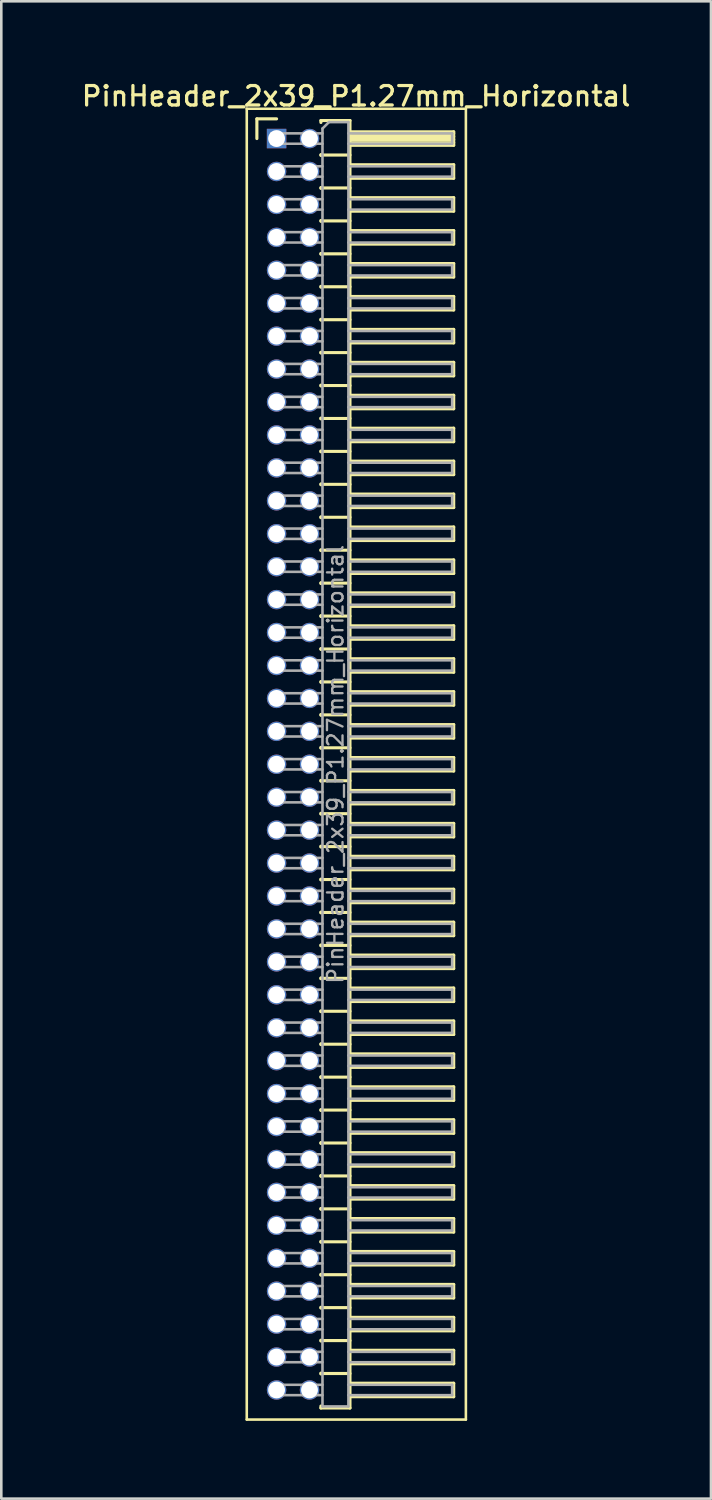
<source format=kicad_pcb>
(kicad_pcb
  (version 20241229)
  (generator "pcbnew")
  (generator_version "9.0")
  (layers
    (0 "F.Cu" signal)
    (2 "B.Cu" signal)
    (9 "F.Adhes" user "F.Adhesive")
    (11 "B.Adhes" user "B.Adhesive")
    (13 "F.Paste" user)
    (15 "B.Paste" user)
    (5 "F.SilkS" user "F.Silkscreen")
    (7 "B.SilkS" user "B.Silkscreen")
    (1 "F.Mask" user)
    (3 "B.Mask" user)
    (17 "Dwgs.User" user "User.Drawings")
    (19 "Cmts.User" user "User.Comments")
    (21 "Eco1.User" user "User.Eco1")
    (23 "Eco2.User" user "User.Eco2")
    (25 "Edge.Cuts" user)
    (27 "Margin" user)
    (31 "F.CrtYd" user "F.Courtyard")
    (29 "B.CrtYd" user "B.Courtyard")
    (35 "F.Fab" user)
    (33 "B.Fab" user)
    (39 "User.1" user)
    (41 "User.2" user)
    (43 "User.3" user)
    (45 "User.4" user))
  (footprint "PinHeader_2x39_P1.27mm_Horizontal"
    (layer "F.Cu")
    (at 7.616 2.293)
    (property "Reference" "PinHeader_2x39_P1.27mm_Horizontal" (at 3.067 -1.635 0) (layer "F.SilkS") (effects (font (size 0.75 0.75) (thickness 0.125))))
    (attr through_hole)
    (fp_line (start -1.15 -1.15) (end -1.15 49.4) (stroke (width 0.1) (type solid)) (layer "F.SilkS"))
    (fp_line (start -1.15 49.4) (end 7.3 49.4) (stroke (width 0.1) (type solid)) (layer "F.SilkS"))
    (fp_line (start -0.76 -0.76) (end 0 -0.76) (stroke (width 0.12) (type solid)) (layer "F.SilkS"))
    (fp_line (start -0.76 0) (end -0.76 -0.76) (stroke (width 0.12) (type solid)) (layer "F.SilkS"))
    (fp_line (start 1.71 -0.695) (end 2.83 -0.695) (stroke (width 0.12) (type solid)) (layer "F.SilkS"))
    (fp_line (start 1.71 -0.62) (end 1.71 -0.695) (stroke (width 0.12) (type solid)) (layer "F.SilkS"))
    (fp_line (start 1.71 0.62) (end 1.71 0.65) (stroke (width 0.12) (type solid)) (layer "F.SilkS"))
    (fp_line (start 1.71 0.635) (end 2.83 0.635) (stroke (width 0.12) (type solid)) (layer "F.SilkS"))
    (fp_line (start 1.71 1.89) (end 1.71 1.92) (stroke (width 0.12) (type solid)) (layer "F.SilkS"))
    (fp_line (start 1.71 1.905) (end 2.83 1.905) (stroke (width 0.12) (type solid)) (layer "F.SilkS"))
    (fp_line (start 1.71 3.16) (end 1.71 3.19) (stroke (width 0.12) (type solid)) (layer "F.SilkS"))
    (fp_line (start 1.71 3.175) (end 2.83 3.175) (stroke (width 0.12) (type solid)) (layer "F.SilkS"))
    (fp_line (start 1.71 4.43) (end 1.71 4.46) (stroke (width 0.12) (type solid)) (layer "F.SilkS"))
    (fp_line (start 1.71 4.445) (end 2.83 4.445) (stroke (width 0.12) (type solid)) (layer "F.SilkS"))
    (fp_line (start 1.71 5.7) (end 1.71 5.73) (stroke (width 0.12) (type solid)) (layer "F.SilkS"))
    (fp_line (start 1.71 5.715) (end 2.83 5.715) (stroke (width 0.12) (type solid)) (layer "F.SilkS"))
    (fp_line (start 1.71 6.97) (end 1.71 7) (stroke (width 0.12) (type solid)) (layer "F.SilkS"))
    (fp_line (start 1.71 6.985) (end 2.83 6.985) (stroke (width 0.12) (type solid)) (layer "F.SilkS"))
    (fp_line (start 1.71 8.24) (end 1.71 8.27) (stroke (width 0.12) (type solid)) (layer "F.SilkS"))
    (fp_line (start 1.71 8.255) (end 2.83 8.255) (stroke (width 0.12) (type solid)) (layer "F.SilkS"))
    (fp_line (start 1.71 9.51) (end 1.71 9.54) (stroke (width 0.12) (type solid)) (layer "F.SilkS"))
    (fp_line (start 1.71 9.525) (end 2.83 9.525) (stroke (width 0.12) (type solid)) (layer "F.SilkS"))
    (fp_line (start 1.71 10.78) (end 1.71 10.81) (stroke (width 0.12) (type solid)) (layer "F.SilkS"))
    (fp_line (start 1.71 10.795) (end 2.83 10.795) (stroke (width 0.12) (type solid)) (layer "F.SilkS"))
    (fp_line (start 1.71 12.05) (end 1.71 12.08) (stroke (width 0.12) (type solid)) (layer "F.SilkS"))
    (fp_line (start 1.71 12.065) (end 2.83 12.065) (stroke (width 0.12) (type solid)) (layer "F.SilkS"))
    (fp_line (start 1.71 13.32) (end 1.71 13.35) (stroke (width 0.12) (type solid)) (layer "F.SilkS"))
    (fp_line (start 1.71 13.335) (end 2.83 13.335) (stroke (width 0.12) (type solid)) (layer "F.SilkS"))
    (fp_line (start 1.71 14.59) (end 1.71 14.62) (stroke (width 0.12) (type solid)) (layer "F.SilkS"))
    (fp_line (start 1.71 14.605) (end 2.83 14.605) (stroke (width 0.12) (type solid)) (layer "F.SilkS"))
    (fp_line (start 1.71 15.86) (end 1.71 15.89) (stroke (width 0.12) (type solid)) (layer "F.SilkS"))
    (fp_line (start 1.71 15.875) (end 2.83 15.875) (stroke (width 0.12) (type solid)) (layer "F.SilkS"))
    (fp_line (start 1.71 17.13) (end 1.71 17.16) (stroke (width 0.12) (type solid)) (layer "F.SilkS"))
    (fp_line (start 1.71 17.145) (end 2.83 17.145) (stroke (width 0.12) (type solid)) (layer "F.SilkS"))
    (fp_line (start 1.71 18.4) (end 1.71 18.43) (stroke (width 0.12) (type solid)) (layer "F.SilkS"))
    (fp_line (start 1.71 18.415) (end 2.83 18.415) (stroke (width 0.12) (type solid)) (layer "F.SilkS"))
    (fp_line (start 1.71 19.67) (end 1.71 19.7) (stroke (width 0.12) (type solid)) (layer "F.SilkS"))
    (fp_line (start 1.71 19.685) (end 2.83 19.685) (stroke (width 0.12) (type solid)) (layer "F.SilkS"))
    (fp_line (start 1.71 20.94) (end 1.71 20.97) (stroke (width 0.12) (type solid)) (layer "F.SilkS"))
    (fp_line (start 1.71 20.955) (end 2.83 20.955) (stroke (width 0.12) (type solid)) (layer "F.SilkS"))
    (fp_line (start 1.71 22.21) (end 1.71 22.24) (stroke (width 0.12) (type solid)) (layer "F.SilkS"))
    (fp_line (start 1.71 22.225) (end 2.83 22.225) (stroke (width 0.12) (type solid)) (layer "F.SilkS"))
    (fp_line (start 1.71 23.48) (end 1.71 23.51) (stroke (width 0.12) (type solid)) (layer "F.SilkS"))
    (fp_line (start 1.71 23.495) (end 2.83 23.495) (stroke (width 0.12) (type solid)) (layer "F.SilkS"))
    (fp_line (start 1.71 24.75) (end 1.71 24.78) (stroke (width 0.12) (type solid)) (layer "F.SilkS"))
    (fp_line (start 1.71 24.765) (end 2.83 24.765) (stroke (width 0.12) (type solid)) (layer "F.SilkS"))
    (fp_line (start 1.71 26.02) (end 1.71 26.05) (stroke (width 0.12) (type solid)) (layer "F.SilkS"))
    (fp_line (start 1.71 26.035) (end 2.83 26.035) (stroke (width 0.12) (type solid)) (layer "F.SilkS"))
    (fp_line (start 1.71 27.29) (end 1.71 27.32) (stroke (width 0.12) (type solid)) (layer "F.SilkS"))
    (fp_line (start 1.71 27.305) (end 2.83 27.305) (stroke (width 0.12) (type solid)) (layer "F.SilkS"))
    (fp_line (start 1.71 28.56) (end 1.71 28.59) (stroke (width 0.12) (type solid)) (layer "F.SilkS"))
    (fp_line (start 1.71 28.575) (end 2.83 28.575) (stroke (width 0.12) (type solid)) (layer "F.SilkS"))
    (fp_line (start 1.71 29.83) (end 1.71 29.86) (stroke (width 0.12) (type solid)) (layer "F.SilkS"))
    (fp_line (start 1.71 29.845) (end 2.83 29.845) (stroke (width 0.12) (type solid)) (layer "F.SilkS"))
    (fp_line (start 1.71 31.1) (end 1.71 31.13) (stroke (width 0.12) (type solid)) (layer "F.SilkS"))
    (fp_line (start 1.71 31.115) (end 2.83 31.115) (stroke (width 0.12) (type solid)) (layer "F.SilkS"))
    (fp_line (start 1.71 32.37) (end 1.71 32.4) (stroke (width 0.12) (type solid)) (layer "F.SilkS"))
    (fp_line (start 1.71 32.385) (end 2.83 32.385) (stroke (width 0.12) (type solid)) (layer "F.SilkS"))
    (fp_line (start 1.71 33.64) (end 1.71 33.67) (stroke (width 0.12) (type solid)) (layer "F.SilkS"))
    (fp_line (start 1.71 33.655) (end 2.83 33.655) (stroke (width 0.12) (type solid)) (layer "F.SilkS"))
    (fp_line (start 1.71 34.91) (end 1.71 34.94) (stroke (width 0.12) (type solid)) (layer "F.SilkS"))
    (fp_line (start 1.71 34.925) (end 2.83 34.925) (stroke (width 0.12) (type solid)) (layer "F.SilkS"))
    (fp_line (start 1.71 36.18) (end 1.71 36.21) (stroke (width 0.12) (type solid)) (layer "F.SilkS"))
    (fp_line (start 1.71 36.195) (end 2.83 36.195) (stroke (width 0.12) (type solid)) (layer "F.SilkS"))
    (fp_line (start 1.71 37.45) (end 1.71 37.48) (stroke (width 0.12) (type solid)) (layer "F.SilkS"))
    (fp_line (start 1.71 37.465) (end 2.83 37.465) (stroke (width 0.12) (type solid)) (layer "F.SilkS"))
    (fp_line (start 1.71 38.72) (end 1.71 38.75) (stroke (width 0.12) (type solid)) (layer "F.SilkS"))
    (fp_line (start 1.71 38.735) (end 2.83 38.735) (stroke (width 0.12) (type solid)) (layer "F.SilkS"))
    (fp_line (start 1.71 39.99) (end 1.71 40.02) (stroke (width 0.12) (type solid)) (layer "F.SilkS"))
    (fp_line (start 1.71 40.005) (end 2.83 40.005) (stroke (width 0.12) (type solid)) (layer "F.SilkS"))
    (fp_line (start 1.71 41.26) (end 1.71 41.29) (stroke (width 0.12) (type solid)) (layer "F.SilkS"))
    (fp_line (start 1.71 41.275) (end 2.83 41.275) (stroke (width 0.12) (type solid)) (layer "F.SilkS"))
    (fp_line (start 1.71 42.53) (end 1.71 42.56) (stroke (width 0.12) (type solid)) (layer "F.SilkS"))
    (fp_line (start 1.71 42.545) (end 2.83 42.545) (stroke (width 0.12) (type solid)) (layer "F.SilkS"))
    (fp_line (start 1.71 43.8) (end 1.71 43.83) (stroke (width 0.12) (type solid)) (layer "F.SilkS"))
    (fp_line (start 1.71 43.815) (end 2.83 43.815) (stroke (width 0.12) (type solid)) (layer "F.SilkS"))
    (fp_line (start 1.71 45.07) (end 1.71 45.1) (stroke (width 0.12) (type solid)) (layer "F.SilkS"))
    (fp_line (start 1.71 45.085) (end 2.83 45.085) (stroke (width 0.12) (type solid)) (layer "F.SilkS"))
    (fp_line (start 1.71 46.34) (end 1.71 46.37) (stroke (width 0.12) (type solid)) (layer "F.SilkS"))
    (fp_line (start 1.71 46.355) (end 2.83 46.355) (stroke (width 0.12) (type solid)) (layer "F.SilkS"))
    (fp_line (start 1.71 47.61) (end 1.71 47.64) (stroke (width 0.12) (type solid)) (layer "F.SilkS"))
    (fp_line (start 1.71 47.625) (end 2.83 47.625) (stroke (width 0.12) (type solid)) (layer "F.SilkS"))
    (fp_line (start 1.71 48.955) (end 1.71 48.88) (stroke (width 0.12) (type solid)) (layer "F.SilkS"))
    (fp_line (start 2.83 -0.695) (end 2.83 48.955) (stroke (width 0.12) (type solid)) (layer "F.SilkS"))
    (fp_line (start 2.83 -0.26) (end 6.83 -0.26) (stroke (width 0.12) (type solid)) (layer "F.SilkS"))
    (fp_line (start 2.83 -0.2) (end 6.83 -0.2) (stroke (width 0.12) (type solid)) (layer "F.SilkS"))
    (fp_line (start 2.83 -0.08) (end 6.83 -0.08) (stroke (width 0.12) (type solid)) (layer "F.SilkS"))
    (fp_line (start 2.83 0.04) (end 6.83 0.04) (stroke (width 0.12) (type solid)) (layer "F.SilkS"))
    (fp_line (start 2.83 0.16) (end 6.83 0.16) (stroke (width 0.12) (type solid)) (layer "F.SilkS"))
    (fp_line (start 2.83 1.01) (end 6.83 1.01) (stroke (width 0.12) (type solid)) (layer "F.SilkS"))
    (fp_line (start 2.83 2.28) (end 6.83 2.28) (stroke (width 0.12) (type solid)) (layer "F.SilkS"))
    (fp_line (start 2.83 3.55) (end 6.83 3.55) (stroke (width 0.12) (type solid)) (layer "F.SilkS"))
    (fp_line (start 2.83 4.82) (end 6.83 4.82) (stroke (width 0.12) (type solid)) (layer "F.SilkS"))
    (fp_line (start 2.83 6.09) (end 6.83 6.09) (stroke (width 0.12) (type solid)) (layer "F.SilkS"))
    (fp_line (start 2.83 7.36) (end 6.83 7.36) (stroke (width 0.12) (type solid)) (layer "F.SilkS"))
    (fp_line (start 2.83 8.63) (end 6.83 8.63) (stroke (width 0.12) (type solid)) (layer "F.SilkS"))
    (fp_line (start 2.83 9.9) (end 6.83 9.9) (stroke (width 0.12) (type solid)) (layer "F.SilkS"))
    (fp_line (start 2.83 11.17) (end 6.83 11.17) (stroke (width 0.12) (type solid)) (layer "F.SilkS"))
    (fp_line (start 2.83 12.44) (end 6.83 12.44) (stroke (width 0.12) (type solid)) (layer "F.SilkS"))
    (fp_line (start 2.83 13.71) (end 6.83 13.71) (stroke (width 0.12) (type solid)) (layer "F.SilkS"))
    (fp_line (start 2.83 14.98) (end 6.83 14.98) (stroke (width 0.12) (type solid)) (layer "F.SilkS"))
    (fp_line (start 2.83 16.25) (end 6.83 16.25) (stroke (width 0.12) (type solid)) (layer "F.SilkS"))
    (fp_line (start 2.83 17.52) (end 6.83 17.52) (stroke (width 0.12) (type solid)) (layer "F.SilkS"))
    (fp_line (start 2.83 18.79) (end 6.83 18.79) (stroke (width 0.12) (type solid)) (layer "F.SilkS"))
    (fp_line (start 2.83 20.06) (end 6.83 20.06) (stroke (width 0.12) (type solid)) (layer "F.SilkS"))
    (fp_line (start 2.83 21.33) (end 6.83 21.33) (stroke (width 0.12) (type solid)) (layer "F.SilkS"))
    (fp_line (start 2.83 22.6) (end 6.83 22.6) (stroke (width 0.12) (type solid)) (layer "F.SilkS"))
    (fp_line (start 2.83 23.87) (end 6.83 23.87) (stroke (width 0.12) (type solid)) (layer "F.SilkS"))
    (fp_line (start 2.83 25.14) (end 6.83 25.14) (stroke (width 0.12) (type solid)) (layer "F.SilkS"))
    (fp_line (start 2.83 26.41) (end 6.83 26.41) (stroke (width 0.12) (type solid)) (layer "F.SilkS"))
    (fp_line (start 2.83 27.68) (end 6.83 27.68) (stroke (width 0.12) (type solid)) (layer "F.SilkS"))
    (fp_line (start 2.83 28.95) (end 6.83 28.95) (stroke (width 0.12) (type solid)) (layer "F.SilkS"))
    (fp_line (start 2.83 30.22) (end 6.83 30.22) (stroke (width 0.12) (type solid)) (layer "F.SilkS"))
    (fp_line (start 2.83 31.49) (end 6.83 31.49) (stroke (width 0.12) (type solid)) (layer "F.SilkS"))
    (fp_line (start 2.83 32.76) (end 6.83 32.76) (stroke (width 0.12) (type solid)) (layer "F.SilkS"))
    (fp_line (start 2.83 34.03) (end 6.83 34.03) (stroke (width 0.12) (type solid)) (layer "F.SilkS"))
    (fp_line (start 2.83 35.3) (end 6.83 35.3) (stroke (width 0.12) (type solid)) (layer "F.SilkS"))
    (fp_line (start 2.83 36.57) (end 6.83 36.57) (stroke (width 0.12) (type solid)) (layer "F.SilkS"))
    (fp_line (start 2.83 37.84) (end 6.83 37.84) (stroke (width 0.12) (type solid)) (layer "F.SilkS"))
    (fp_line (start 2.83 39.11) (end 6.83 39.11) (stroke (width 0.12) (type solid)) (layer "F.SilkS"))
    (fp_line (start 2.83 40.38) (end 6.83 40.38) (stroke (width 0.12) (type solid)) (layer "F.SilkS"))
    (fp_line (start 2.83 41.65) (end 6.83 41.65) (stroke (width 0.12) (type solid)) (layer "F.SilkS"))
    (fp_line (start 2.83 42.92) (end 6.83 42.92) (stroke (width 0.12) (type solid)) (layer "F.SilkS"))
    (fp_line (start 2.83 44.19) (end 6.83 44.19) (stroke (width 0.12) (type solid)) (layer "F.SilkS"))
    (fp_line (start 2.83 45.46) (end 6.83 45.46) (stroke (width 0.12) (type solid)) (layer "F.SilkS"))
    (fp_line (start 2.83 46.73) (end 6.83 46.73) (stroke (width 0.12) (type solid)) (layer "F.SilkS"))
    (fp_line (start 2.83 48) (end 6.83 48) (stroke (width 0.12) (type solid)) (layer "F.SilkS"))
    (fp_line (start 2.83 48.955) (end 1.71 48.955) (stroke (width 0.12) (type solid)) (layer "F.SilkS"))
    (fp_line (start 6.83 -0.26) (end 6.83 0.26) (stroke (width 0.12) (type solid)) (layer "F.SilkS"))
    (fp_line (start 6.83 0.26) (end 2.83 0.26) (stroke (width 0.12) (type solid)) (layer "F.SilkS"))
    (fp_line (start 6.83 1.01) (end 6.83 1.53) (stroke (width 0.12) (type solid)) (layer "F.SilkS"))
    (fp_line (start 6.83 1.53) (end 2.83 1.53) (stroke (width 0.12) (type solid)) (layer "F.SilkS"))
    (fp_line (start 6.83 2.28) (end 6.83 2.8) (stroke (width 0.12) (type solid)) (layer "F.SilkS"))
    (fp_line (start 6.83 2.8) (end 2.83 2.8) (stroke (width 0.12) (type solid)) (layer "F.SilkS"))
    (fp_line (start 6.83 3.55) (end 6.83 4.07) (stroke (width 0.12) (type solid)) (layer "F.SilkS"))
    (fp_line (start 6.83 4.07) (end 2.83 4.07) (stroke (width 0.12) (type solid)) (layer "F.SilkS"))
    (fp_line (start 6.83 4.82) (end 6.83 5.34) (stroke (width 0.12) (type solid)) (layer "F.SilkS"))
    (fp_line (start 6.83 5.34) (end 2.83 5.34) (stroke (width 0.12) (type solid)) (layer "F.SilkS"))
    (fp_line (start 6.83 6.09) (end 6.83 6.61) (stroke (width 0.12) (type solid)) (layer "F.SilkS"))
    (fp_line (start 6.83 6.61) (end 2.83 6.61) (stroke (width 0.12) (type solid)) (layer "F.SilkS"))
    (fp_line (start 6.83 7.36) (end 6.83 7.88) (stroke (width 0.12) (type solid)) (layer "F.SilkS"))
    (fp_line (start 6.83 7.88) (end 2.83 7.88) (stroke (width 0.12) (type solid)) (layer "F.SilkS"))
    (fp_line (start 6.83 8.63) (end 6.83 9.15) (stroke (width 0.12) (type solid)) (layer "F.SilkS"))
    (fp_line (start 6.83 9.15) (end 2.83 9.15) (stroke (width 0.12) (type solid)) (layer "F.SilkS"))
    (fp_line (start 6.83 9.9) (end 6.83 10.42) (stroke (width 0.12) (type solid)) (layer "F.SilkS"))
    (fp_line (start 6.83 10.42) (end 2.83 10.42) (stroke (width 0.12) (type solid)) (layer "F.SilkS"))
    (fp_line (start 6.83 11.17) (end 6.83 11.69) (stroke (width 0.12) (type solid)) (layer "F.SilkS"))
    (fp_line (start 6.83 11.69) (end 2.83 11.69) (stroke (width 0.12) (type solid)) (layer "F.SilkS"))
    (fp_line (start 6.83 12.44) (end 6.83 12.96) (stroke (width 0.12) (type solid)) (layer "F.SilkS"))
    (fp_line (start 6.83 12.96) (end 2.83 12.96) (stroke (width 0.12) (type solid)) (layer "F.SilkS"))
    (fp_line (start 6.83 13.71) (end 6.83 14.23) (stroke (width 0.12) (type solid)) (layer "F.SilkS"))
    (fp_line (start 6.83 14.23) (end 2.83 14.23) (stroke (width 0.12) (type solid)) (layer "F.SilkS"))
    (fp_line (start 6.83 14.98) (end 6.83 15.5) (stroke (width 0.12) (type solid)) (layer "F.SilkS"))
    (fp_line (start 6.83 15.5) (end 2.83 15.5) (stroke (width 0.12) (type solid)) (layer "F.SilkS"))
    (fp_line (start 6.83 16.25) (end 6.83 16.77) (stroke (width 0.12) (type solid)) (layer "F.SilkS"))
    (fp_line (start 6.83 16.77) (end 2.83 16.77) (stroke (width 0.12) (type solid)) (layer "F.SilkS"))
    (fp_line (start 6.83 17.52) (end 6.83 18.04) (stroke (width 0.12) (type solid)) (layer "F.SilkS"))
    (fp_line (start 6.83 18.04) (end 2.83 18.04) (stroke (width 0.12) (type solid)) (layer "F.SilkS"))
    (fp_line (start 6.83 18.79) (end 6.83 19.31) (stroke (width 0.12) (type solid)) (layer "F.SilkS"))
    (fp_line (start 6.83 19.31) (end 2.83 19.31) (stroke (width 0.12) (type solid)) (layer "F.SilkS"))
    (fp_line (start 6.83 20.06) (end 6.83 20.58) (stroke (width 0.12) (type solid)) (layer "F.SilkS"))
    (fp_line (start 6.83 20.58) (end 2.83 20.58) (stroke (width 0.12) (type solid)) (layer "F.SilkS"))
    (fp_line (start 6.83 21.33) (end 6.83 21.85) (stroke (width 0.12) (type solid)) (layer "F.SilkS"))
    (fp_line (start 6.83 21.85) (end 2.83 21.85) (stroke (width 0.12) (type solid)) (layer "F.SilkS"))
    (fp_line (start 6.83 22.6) (end 6.83 23.12) (stroke (width 0.12) (type solid)) (layer "F.SilkS"))
    (fp_line (start 6.83 23.12) (end 2.83 23.12) (stroke (width 0.12) (type solid)) (layer "F.SilkS"))
    (fp_line (start 6.83 23.87) (end 6.83 24.39) (stroke (width 0.12) (type solid)) (layer "F.SilkS"))
    (fp_line (start 6.83 24.39) (end 2.83 24.39) (stroke (width 0.12) (type solid)) (layer "F.SilkS"))
    (fp_line (start 6.83 25.14) (end 6.83 25.66) (stroke (width 0.12) (type solid)) (layer "F.SilkS"))
    (fp_line (start 6.83 25.66) (end 2.83 25.66) (stroke (width 0.12) (type solid)) (layer "F.SilkS"))
    (fp_line (start 6.83 26.41) (end 6.83 26.93) (stroke (width 0.12) (type solid)) (layer "F.SilkS"))
    (fp_line (start 6.83 26.93) (end 2.83 26.93) (stroke (width 0.12) (type solid)) (layer "F.SilkS"))
    (fp_line (start 6.83 27.68) (end 6.83 28.2) (stroke (width 0.12) (type solid)) (layer "F.SilkS"))
    (fp_line (start 6.83 28.2) (end 2.83 28.2) (stroke (width 0.12) (type solid)) (layer "F.SilkS"))
    (fp_line (start 6.83 28.95) (end 6.83 29.47) (stroke (width 0.12) (type solid)) (layer "F.SilkS"))
    (fp_line (start 6.83 29.47) (end 2.83 29.47) (stroke (width 0.12) (type solid)) (layer "F.SilkS"))
    (fp_line (start 6.83 30.22) (end 6.83 30.74) (stroke (width 0.12) (type solid)) (layer "F.SilkS"))
    (fp_line (start 6.83 30.74) (end 2.83 30.74) (stroke (width 0.12) (type solid)) (layer "F.SilkS"))
    (fp_line (start 6.83 31.49) (end 6.83 32.01) (stroke (width 0.12) (type solid)) (layer "F.SilkS"))
    (fp_line (start 6.83 32.01) (end 2.83 32.01) (stroke (width 0.12) (type solid)) (layer "F.SilkS"))
    (fp_line (start 6.83 32.76) (end 6.83 33.28) (stroke (width 0.12) (type solid)) (layer "F.SilkS"))
    (fp_line (start 6.83 33.28) (end 2.83 33.28) (stroke (width 0.12) (type solid)) (layer "F.SilkS"))
    (fp_line (start 6.83 34.03) (end 6.83 34.55) (stroke (width 0.12) (type solid)) (layer "F.SilkS"))
    (fp_line (start 6.83 34.55) (end 2.83 34.55) (stroke (width 0.12) (type solid)) (layer "F.SilkS"))
    (fp_line (start 6.83 35.3) (end 6.83 35.82) (stroke (width 0.12) (type solid)) (layer "F.SilkS"))
    (fp_line (start 6.83 35.82) (end 2.83 35.82) (stroke (width 0.12) (type solid)) (layer "F.SilkS"))
    (fp_line (start 6.83 36.57) (end 6.83 37.09) (stroke (width 0.12) (type solid)) (layer "F.SilkS"))
    (fp_line (start 6.83 37.09) (end 2.83 37.09) (stroke (width 0.12) (type solid)) (layer "F.SilkS"))
    (fp_line (start 6.83 37.84) (end 6.83 38.36) (stroke (width 0.12) (type solid)) (layer "F.SilkS"))
    (fp_line (start 6.83 38.36) (end 2.83 38.36) (stroke (width 0.12) (type solid)) (layer "F.SilkS"))
    (fp_line (start 6.83 39.11) (end 6.83 39.63) (stroke (width 0.12) (type solid)) (layer "F.SilkS"))
    (fp_line (start 6.83 39.63) (end 2.83 39.63) (stroke (width 0.12) (type solid)) (layer "F.SilkS"))
    (fp_line (start 6.83 40.38) (end 6.83 40.9) (stroke (width 0.12) (type solid)) (layer "F.SilkS"))
    (fp_line (start 6.83 40.9) (end 2.83 40.9) (stroke (width 0.12) (type solid)) (layer "F.SilkS"))
    (fp_line (start 6.83 41.65) (end 6.83 42.17) (stroke (width 0.12) (type solid)) (layer "F.SilkS"))
    (fp_line (start 6.83 42.17) (end 2.83 42.17) (stroke (width 0.12) (type solid)) (layer "F.SilkS"))
    (fp_line (start 6.83 42.92) (end 6.83 43.44) (stroke (width 0.12) (type solid)) (layer "F.SilkS"))
    (fp_line (start 6.83 43.44) (end 2.83 43.44) (stroke (width 0.12) (type solid)) (layer "F.SilkS"))
    (fp_line (start 6.83 44.19) (end 6.83 44.71) (stroke (width 0.12) (type solid)) (layer "F.SilkS"))
    (fp_line (start 6.83 44.71) (end 2.83 44.71) (stroke (width 0.12) (type solid)) (layer "F.SilkS"))
    (fp_line (start 6.83 45.46) (end 6.83 45.98) (stroke (width 0.12) (type solid)) (layer "F.SilkS"))
    (fp_line (start 6.83 45.98) (end 2.83 45.98) (stroke (width 0.12) (type solid)) (layer "F.SilkS"))
    (fp_line (start 6.83 46.73) (end 6.83 47.25) (stroke (width 0.12) (type solid)) (layer "F.SilkS"))
    (fp_line (start 6.83 47.25) (end 2.83 47.25) (stroke (width 0.12) (type solid)) (layer "F.SilkS"))
    (fp_line (start 6.83 48) (end 6.83 48.52) (stroke (width 0.12) (type solid)) (layer "F.SilkS"))
    (fp_line (start 6.83 48.52) (end 2.83 48.52) (stroke (width 0.12) (type solid)) (layer "F.SilkS"))
    (fp_line (start 7.3 -1.15) (end -1.15 -1.15) (stroke (width 0.1) (type solid)) (layer "F.SilkS"))
    (fp_line (start 7.3 49.4) (end 7.3 -1.15) (stroke (width 0.1) (type solid)) (layer "F.SilkS"))
    (fp_line (start -0.2 -0.2) (end -0.2 0.2) (stroke (width 0.1) (type solid)) (layer "F.Fab"))
    (fp_line (start -0.2 -0.2) (end 1.77 -0.2) (stroke (width 0.1) (type solid)) (layer "F.Fab"))
    (fp_line (start -0.2 0.2) (end 1.77 0.2) (stroke (width 0.1) (type solid)) (layer "F.Fab"))
    (fp_line (start -0.2 1.07) (end -0.2 1.47) (stroke (width 0.1) (type solid)) (layer "F.Fab"))
    (fp_line (start -0.2 1.07) (end 1.77 1.07) (stroke (width 0.1) (type solid)) (layer "F.Fab"))
    (fp_line (start -0.2 1.47) (end 1.77 1.47) (stroke (width 0.1) (type solid)) (layer "F.Fab"))
    (fp_line (start -0.2 2.34) (end -0.2 2.74) (stroke (width 0.1) (type solid)) (layer "F.Fab"))
    (fp_line (start -0.2 2.34) (end 1.77 2.34) (stroke (width 0.1) (type solid)) (layer "F.Fab"))
    (fp_line (start -0.2 2.74) (end 1.77 2.74) (stroke (width 0.1) (type solid)) (layer "F.Fab"))
    (fp_line (start -0.2 3.61) (end -0.2 4.01) (stroke (width 0.1) (type solid)) (layer "F.Fab"))
    (fp_line (start -0.2 3.61) (end 1.77 3.61) (stroke (width 0.1) (type solid)) (layer "F.Fab"))
    (fp_line (start -0.2 4.01) (end 1.77 4.01) (stroke (width 0.1) (type solid)) (layer "F.Fab"))
    (fp_line (start -0.2 4.88) (end -0.2 5.28) (stroke (width 0.1) (type solid)) (layer "F.Fab"))
    (fp_line (start -0.2 4.88) (end 1.77 4.88) (stroke (width 0.1) (type solid)) (layer "F.Fab"))
    (fp_line (start -0.2 5.28) (end 1.77 5.28) (stroke (width 0.1) (type solid)) (layer "F.Fab"))
    (fp_line (start -0.2 6.15) (end -0.2 6.55) (stroke (width 0.1) (type solid)) (layer "F.Fab"))
    (fp_line (start -0.2 6.15) (end 1.77 6.15) (stroke (width 0.1) (type solid)) (layer "F.Fab"))
    (fp_line (start -0.2 6.55) (end 1.77 6.55) (stroke (width 0.1) (type solid)) (layer "F.Fab"))
    (fp_line (start -0.2 7.42) (end -0.2 7.82) (stroke (width 0.1) (type solid)) (layer "F.Fab"))
    (fp_line (start -0.2 7.42) (end 1.77 7.42) (stroke (width 0.1) (type solid)) (layer "F.Fab"))
    (fp_line (start -0.2 7.82) (end 1.77 7.82) (stroke (width 0.1) (type solid)) (layer "F.Fab"))
    (fp_line (start -0.2 8.69) (end -0.2 9.09) (stroke (width 0.1) (type solid)) (layer "F.Fab"))
    (fp_line (start -0.2 8.69) (end 1.77 8.69) (stroke (width 0.1) (type solid)) (layer "F.Fab"))
    (fp_line (start -0.2 9.09) (end 1.77 9.09) (stroke (width 0.1) (type solid)) (layer "F.Fab"))
    (fp_line (start -0.2 9.96) (end -0.2 10.36) (stroke (width 0.1) (type solid)) (layer "F.Fab"))
    (fp_line (start -0.2 9.96) (end 1.77 9.96) (stroke (width 0.1) (type solid)) (layer "F.Fab"))
    (fp_line (start -0.2 10.36) (end 1.77 10.36) (stroke (width 0.1) (type solid)) (layer "F.Fab"))
    (fp_line (start -0.2 11.23) (end -0.2 11.63) (stroke (width 0.1) (type solid)) (layer "F.Fab"))
    (fp_line (start -0.2 11.23) (end 1.77 11.23) (stroke (width 0.1) (type solid)) (layer "F.Fab"))
    (fp_line (start -0.2 11.63) (end 1.77 11.63) (stroke (width 0.1) (type solid)) (layer "F.Fab"))
    (fp_line (start -0.2 12.5) (end -0.2 12.9) (stroke (width 0.1) (type solid)) (layer "F.Fab"))
    (fp_line (start -0.2 12.5) (end 1.77 12.5) (stroke (width 0.1) (type solid)) (layer "F.Fab"))
    (fp_line (start -0.2 12.9) (end 1.77 12.9) (stroke (width 0.1) (type solid)) (layer "F.Fab"))
    (fp_line (start -0.2 13.77) (end -0.2 14.17) (stroke (width 0.1) (type solid)) (layer "F.Fab"))
    (fp_line (start -0.2 13.77) (end 1.77 13.77) (stroke (width 0.1) (type solid)) (layer "F.Fab"))
    (fp_line (start -0.2 14.17) (end 1.77 14.17) (stroke (width 0.1) (type solid)) (layer "F.Fab"))
    (fp_line (start -0.2 15.04) (end -0.2 15.44) (stroke (width 0.1) (type solid)) (layer "F.Fab"))
    (fp_line (start -0.2 15.04) (end 1.77 15.04) (stroke (width 0.1) (type solid)) (layer "F.Fab"))
    (fp_line (start -0.2 15.44) (end 1.77 15.44) (stroke (width 0.1) (type solid)) (layer "F.Fab"))
    (fp_line (start -0.2 16.31) (end -0.2 16.71) (stroke (width 0.1) (type solid)) (layer "F.Fab"))
    (fp_line (start -0.2 16.31) (end 1.77 16.31) (stroke (width 0.1) (type solid)) (layer "F.Fab"))
    (fp_line (start -0.2 16.71) (end 1.77 16.71) (stroke (width 0.1) (type solid)) (layer "F.Fab"))
    (fp_line (start -0.2 17.58) (end -0.2 17.98) (stroke (width 0.1) (type solid)) (layer "F.Fab"))
    (fp_line (start -0.2 17.58) (end 1.77 17.58) (stroke (width 0.1) (type solid)) (layer "F.Fab"))
    (fp_line (start -0.2 17.98) (end 1.77 17.98) (stroke (width 0.1) (type solid)) (layer "F.Fab"))
    (fp_line (start -0.2 18.85) (end -0.2 19.25) (stroke (width 0.1) (type solid)) (layer "F.Fab"))
    (fp_line (start -0.2 18.85) (end 1.77 18.85) (stroke (width 0.1) (type solid)) (layer "F.Fab"))
    (fp_line (start -0.2 19.25) (end 1.77 19.25) (stroke (width 0.1) (type solid)) (layer "F.Fab"))
    (fp_line (start -0.2 20.12) (end -0.2 20.52) (stroke (width 0.1) (type solid)) (layer "F.Fab"))
    (fp_line (start -0.2 20.12) (end 1.77 20.12) (stroke (width 0.1) (type solid)) (layer "F.Fab"))
    (fp_line (start -0.2 20.52) (end 1.77 20.52) (stroke (width 0.1) (type solid)) (layer "F.Fab"))
    (fp_line (start -0.2 21.39) (end -0.2 21.79) (stroke (width 0.1) (type solid)) (layer "F.Fab"))
    (fp_line (start -0.2 21.39) (end 1.77 21.39) (stroke (width 0.1) (type solid)) (layer "F.Fab"))
    (fp_line (start -0.2 21.79) (end 1.77 21.79) (stroke (width 0.1) (type solid)) (layer "F.Fab"))
    (fp_line (start -0.2 22.66) (end -0.2 23.06) (stroke (width 0.1) (type solid)) (layer "F.Fab"))
    (fp_line (start -0.2 22.66) (end 1.77 22.66) (stroke (width 0.1) (type solid)) (layer "F.Fab"))
    (fp_line (start -0.2 23.06) (end 1.77 23.06) (stroke (width 0.1) (type solid)) (layer "F.Fab"))
    (fp_line (start -0.2 23.93) (end -0.2 24.33) (stroke (width 0.1) (type solid)) (layer "F.Fab"))
    (fp_line (start -0.2 23.93) (end 1.77 23.93) (stroke (width 0.1) (type solid)) (layer "F.Fab"))
    (fp_line (start -0.2 24.33) (end 1.77 24.33) (stroke (width 0.1) (type solid)) (layer "F.Fab"))
    (fp_line (start -0.2 25.2) (end -0.2 25.6) (stroke (width 0.1) (type solid)) (layer "F.Fab"))
    (fp_line (start -0.2 25.2) (end 1.77 25.2) (stroke (width 0.1) (type solid)) (layer "F.Fab"))
    (fp_line (start -0.2 25.6) (end 1.77 25.6) (stroke (width 0.1) (type solid)) (layer "F.Fab"))
    (fp_line (start -0.2 26.47) (end -0.2 26.87) (stroke (width 0.1) (type solid)) (layer "F.Fab"))
    (fp_line (start -0.2 26.47) (end 1.77 26.47) (stroke (width 0.1) (type solid)) (layer "F.Fab"))
    (fp_line (start -0.2 26.87) (end 1.77 26.87) (stroke (width 0.1) (type solid)) (layer "F.Fab"))
    (fp_line (start -0.2 27.74) (end -0.2 28.14) (stroke (width 0.1) (type solid)) (layer "F.Fab"))
    (fp_line (start -0.2 27.74) (end 1.77 27.74) (stroke (width 0.1) (type solid)) (layer "F.Fab"))
    (fp_line (start -0.2 28.14) (end 1.77 28.14) (stroke (width 0.1) (type solid)) (layer "F.Fab"))
    (fp_line (start -0.2 29.01) (end -0.2 29.41) (stroke (width 0.1) (type solid)) (layer "F.Fab"))
    (fp_line (start -0.2 29.01) (end 1.77 29.01) (stroke (width 0.1) (type solid)) (layer "F.Fab"))
    (fp_line (start -0.2 29.41) (end 1.77 29.41) (stroke (width 0.1) (type solid)) (layer "F.Fab"))
    (fp_line (start -0.2 30.28) (end -0.2 30.68) (stroke (width 0.1) (type solid)) (layer "F.Fab"))
    (fp_line (start -0.2 30.28) (end 1.77 30.28) (stroke (width 0.1) (type solid)) (layer "F.Fab"))
    (fp_line (start -0.2 30.68) (end 1.77 30.68) (stroke (width 0.1) (type solid)) (layer "F.Fab"))
    (fp_line (start -0.2 31.55) (end -0.2 31.95) (stroke (width 0.1) (type solid)) (layer "F.Fab"))
    (fp_line (start -0.2 31.55) (end 1.77 31.55) (stroke (width 0.1) (type solid)) (layer "F.Fab"))
    (fp_line (start -0.2 31.95) (end 1.77 31.95) (stroke (width 0.1) (type solid)) (layer "F.Fab"))
    (fp_line (start -0.2 32.82) (end -0.2 33.22) (stroke (width 0.1) (type solid)) (layer "F.Fab"))
    (fp_line (start -0.2 32.82) (end 1.77 32.82) (stroke (width 0.1) (type solid)) (layer "F.Fab"))
    (fp_line (start -0.2 33.22) (end 1.77 33.22) (stroke (width 0.1) (type solid)) (layer "F.Fab"))
    (fp_line (start -0.2 34.09) (end -0.2 34.49) (stroke (width 0.1) (type solid)) (layer "F.Fab"))
    (fp_line (start -0.2 34.09) (end 1.77 34.09) (stroke (width 0.1) (type solid)) (layer "F.Fab"))
    (fp_line (start -0.2 34.49) (end 1.77 34.49) (stroke (width 0.1) (type solid)) (layer "F.Fab"))
    (fp_line (start -0.2 35.36) (end -0.2 35.76) (stroke (width 0.1) (type solid)) (layer "F.Fab"))
    (fp_line (start -0.2 35.36) (end 1.77 35.36) (stroke (width 0.1) (type solid)) (layer "F.Fab"))
    (fp_line (start -0.2 35.76) (end 1.77 35.76) (stroke (width 0.1) (type solid)) (layer "F.Fab"))
    (fp_line (start -0.2 36.63) (end -0.2 37.03) (stroke (width 0.1) (type solid)) (layer "F.Fab"))
    (fp_line (start -0.2 36.63) (end 1.77 36.63) (stroke (width 0.1) (type solid)) (layer "F.Fab"))
    (fp_line (start -0.2 37.03) (end 1.77 37.03) (stroke (width 0.1) (type solid)) (layer "F.Fab"))
    (fp_line (start -0.2 37.9) (end -0.2 38.3) (stroke (width 0.1) (type solid)) (layer "F.Fab"))
    (fp_line (start -0.2 37.9) (end 1.77 37.9) (stroke (width 0.1) (type solid)) (layer "F.Fab"))
    (fp_line (start -0.2 38.3) (end 1.77 38.3) (stroke (width 0.1) (type solid)) (layer "F.Fab"))
    (fp_line (start -0.2 39.17) (end -0.2 39.57) (stroke (width 0.1) (type solid)) (layer "F.Fab"))
    (fp_line (start -0.2 39.17) (end 1.77 39.17) (stroke (width 0.1) (type solid)) (layer "F.Fab"))
    (fp_line (start -0.2 39.57) (end 1.77 39.57) (stroke (width 0.1) (type solid)) (layer "F.Fab"))
    (fp_line (start -0.2 40.44) (end -0.2 40.84) (stroke (width 0.1) (type solid)) (layer "F.Fab"))
    (fp_line (start -0.2 40.44) (end 1.77 40.44) (stroke (width 0.1) (type solid)) (layer "F.Fab"))
    (fp_line (start -0.2 40.84) (end 1.77 40.84) (stroke (width 0.1) (type solid)) (layer "F.Fab"))
    (fp_line (start -0.2 41.71) (end -0.2 42.11) (stroke (width 0.1) (type solid)) (layer "F.Fab"))
    (fp_line (start -0.2 41.71) (end 1.77 41.71) (stroke (width 0.1) (type solid)) (layer "F.Fab"))
    (fp_line (start -0.2 42.11) (end 1.77 42.11) (stroke (width 0.1) (type solid)) (layer "F.Fab"))
    (fp_line (start -0.2 42.98) (end -0.2 43.38) (stroke (width 0.1) (type solid)) (layer "F.Fab"))
    (fp_line (start -0.2 42.98) (end 1.77 42.98) (stroke (width 0.1) (type solid)) (layer "F.Fab"))
    (fp_line (start -0.2 43.38) (end 1.77 43.38) (stroke (width 0.1) (type solid)) (layer "F.Fab"))
    (fp_line (start -0.2 44.25) (end -0.2 44.65) (stroke (width 0.1) (type solid)) (layer "F.Fab"))
    (fp_line (start -0.2 44.25) (end 1.77 44.25) (stroke (width 0.1) (type solid)) (layer "F.Fab"))
    (fp_line (start -0.2 44.65) (end 1.77 44.65) (stroke (width 0.1) (type solid)) (layer "F.Fab"))
    (fp_line (start -0.2 45.52) (end -0.2 45.92) (stroke (width 0.1) (type solid)) (layer "F.Fab"))
    (fp_line (start -0.2 45.52) (end 1.77 45.52) (stroke (width 0.1) (type solid)) (layer "F.Fab"))
    (fp_line (start -0.2 45.92) (end 1.77 45.92) (stroke (width 0.1) (type solid)) (layer "F.Fab"))
    (fp_line (start -0.2 46.79) (end -0.2 47.19) (stroke (width 0.1) (type solid)) (layer "F.Fab"))
    (fp_line (start -0.2 46.79) (end 1.77 46.79) (stroke (width 0.1) (type solid)) (layer "F.Fab"))
    (fp_line (start -0.2 47.19) (end 1.77 47.19) (stroke (width 0.1) (type solid)) (layer "F.Fab"))
    (fp_line (start -0.2 48.06) (end -0.2 48.46) (stroke (width 0.1) (type solid)) (layer "F.Fab"))
    (fp_line (start -0.2 48.06) (end 1.77 48.06) (stroke (width 0.1) (type solid)) (layer "F.Fab"))
    (fp_line (start -0.2 48.46) (end 1.77 48.46) (stroke (width 0.1) (type solid)) (layer "F.Fab"))
    (fp_line (start 1.77 -0.385) (end 2.02 -0.635) (stroke (width 0.1) (type solid)) (layer "F.Fab"))
    (fp_line (start 1.77 48.895) (end 1.77 -0.385) (stroke (width 0.1) (type solid)) (layer "F.Fab"))
    (fp_line (start 2.02 -0.635) (end 2.77 -0.635) (stroke (width 0.1) (type solid)) (layer "F.Fab"))
    (fp_line (start 2.77 -0.635) (end 2.77 48.895) (stroke (width 0.1) (type solid)) (layer "F.Fab"))
    (fp_line (start 2.77 -0.2) (end 6.77 -0.2) (stroke (width 0.1) (type solid)) (layer "F.Fab"))
    (fp_line (start 2.77 0.2) (end 6.77 0.2) (stroke (width 0.1) (type solid)) (layer "F.Fab"))
    (fp_line (start 2.77 1.07) (end 6.77 1.07) (stroke (width 0.1) (type solid)) (layer "F.Fab"))
    (fp_line (start 2.77 1.47) (end 6.77 1.47) (stroke (width 0.1) (type solid)) (layer "F.Fab"))
    (fp_line (start 2.77 2.34) (end 6.77 2.34) (stroke (width 0.1) (type solid)) (layer "F.Fab"))
    (fp_line (start 2.77 2.74) (end 6.77 2.74) (stroke (width 0.1) (type solid)) (layer "F.Fab"))
    (fp_line (start 2.77 3.61) (end 6.77 3.61) (stroke (width 0.1) (type solid)) (layer "F.Fab"))
    (fp_line (start 2.77 4.01) (end 6.77 4.01) (stroke (width 0.1) (type solid)) (layer "F.Fab"))
    (fp_line (start 2.77 4.88) (end 6.77 4.88) (stroke (width 0.1) (type solid)) (layer "F.Fab"))
    (fp_line (start 2.77 5.28) (end 6.77 5.28) (stroke (width 0.1) (type solid)) (layer "F.Fab"))
    (fp_line (start 2.77 6.15) (end 6.77 6.15) (stroke (width 0.1) (type solid)) (layer "F.Fab"))
    (fp_line (start 2.77 6.55) (end 6.77 6.55) (stroke (width 0.1) (type solid)) (layer "F.Fab"))
    (fp_line (start 2.77 7.42) (end 6.77 7.42) (stroke (width 0.1) (type solid)) (layer "F.Fab"))
    (fp_line (start 2.77 7.82) (end 6.77 7.82) (stroke (width 0.1) (type solid)) (layer "F.Fab"))
    (fp_line (start 2.77 8.69) (end 6.77 8.69) (stroke (width 0.1) (type solid)) (layer "F.Fab"))
    (fp_line (start 2.77 9.09) (end 6.77 9.09) (stroke (width 0.1) (type solid)) (layer "F.Fab"))
    (fp_line (start 2.77 9.96) (end 6.77 9.96) (stroke (width 0.1) (type solid)) (layer "F.Fab"))
    (fp_line (start 2.77 10.36) (end 6.77 10.36) (stroke (width 0.1) (type solid)) (layer "F.Fab"))
    (fp_line (start 2.77 11.23) (end 6.77 11.23) (stroke (width 0.1) (type solid)) (layer "F.Fab"))
    (fp_line (start 2.77 11.63) (end 6.77 11.63) (stroke (width 0.1) (type solid)) (layer "F.Fab"))
    (fp_line (start 2.77 12.5) (end 6.77 12.5) (stroke (width 0.1) (type solid)) (layer "F.Fab"))
    (fp_line (start 2.77 12.9) (end 6.77 12.9) (stroke (width 0.1) (type solid)) (layer "F.Fab"))
    (fp_line (start 2.77 13.77) (end 6.77 13.77) (stroke (width 0.1) (type solid)) (layer "F.Fab"))
    (fp_line (start 2.77 14.17) (end 6.77 14.17) (stroke (width 0.1) (type solid)) (layer "F.Fab"))
    (fp_line (start 2.77 15.04) (end 6.77 15.04) (stroke (width 0.1) (type solid)) (layer "F.Fab"))
    (fp_line (start 2.77 15.44) (end 6.77 15.44) (stroke (width 0.1) (type solid)) (layer "F.Fab"))
    (fp_line (start 2.77 16.31) (end 6.77 16.31) (stroke (width 0.1) (type solid)) (layer "F.Fab"))
    (fp_line (start 2.77 16.71) (end 6.77 16.71) (stroke (width 0.1) (type solid)) (layer "F.Fab"))
    (fp_line (start 2.77 17.58) (end 6.77 17.58) (stroke (width 0.1) (type solid)) (layer "F.Fab"))
    (fp_line (start 2.77 17.98) (end 6.77 17.98) (stroke (width 0.1) (type solid)) (layer "F.Fab"))
    (fp_line (start 2.77 18.85) (end 6.77 18.85) (stroke (width 0.1) (type solid)) (layer "F.Fab"))
    (fp_line (start 2.77 19.25) (end 6.77 19.25) (stroke (width 0.1) (type solid)) (layer "F.Fab"))
    (fp_line (start 2.77 20.12) (end 6.77 20.12) (stroke (width 0.1) (type solid)) (layer "F.Fab"))
    (fp_line (start 2.77 20.52) (end 6.77 20.52) (stroke (width 0.1) (type solid)) (layer "F.Fab"))
    (fp_line (start 2.77 21.39) (end 6.77 21.39) (stroke (width 0.1) (type solid)) (layer "F.Fab"))
    (fp_line (start 2.77 21.79) (end 6.77 21.79) (stroke (width 0.1) (type solid)) (layer "F.Fab"))
    (fp_line (start 2.77 22.66) (end 6.77 22.66) (stroke (width 0.1) (type solid)) (layer "F.Fab"))
    (fp_line (start 2.77 23.06) (end 6.77 23.06) (stroke (width 0.1) (type solid)) (layer "F.Fab"))
    (fp_line (start 2.77 23.93) (end 6.77 23.93) (stroke (width 0.1) (type solid)) (layer "F.Fab"))
    (fp_line (start 2.77 24.33) (end 6.77 24.33) (stroke (width 0.1) (type solid)) (layer "F.Fab"))
    (fp_line (start 2.77 25.2) (end 6.77 25.2) (stroke (width 0.1) (type solid)) (layer "F.Fab"))
    (fp_line (start 2.77 25.6) (end 6.77 25.6) (stroke (width 0.1) (type solid)) (layer "F.Fab"))
    (fp_line (start 2.77 26.47) (end 6.77 26.47) (stroke (width 0.1) (type solid)) (layer "F.Fab"))
    (fp_line (start 2.77 26.87) (end 6.77 26.87) (stroke (width 0.1) (type solid)) (layer "F.Fab"))
    (fp_line (start 2.77 27.74) (end 6.77 27.74) (stroke (width 0.1) (type solid)) (layer "F.Fab"))
    (fp_line (start 2.77 28.14) (end 6.77 28.14) (stroke (width 0.1) (type solid)) (layer "F.Fab"))
    (fp_line (start 2.77 29.01) (end 6.77 29.01) (stroke (width 0.1) (type solid)) (layer "F.Fab"))
    (fp_line (start 2.77 29.41) (end 6.77 29.41) (stroke (width 0.1) (type solid)) (layer "F.Fab"))
    (fp_line (start 2.77 30.28) (end 6.77 30.28) (stroke (width 0.1) (type solid)) (layer "F.Fab"))
    (fp_line (start 2.77 30.68) (end 6.77 30.68) (stroke (width 0.1) (type solid)) (layer "F.Fab"))
    (fp_line (start 2.77 31.55) (end 6.77 31.55) (stroke (width 0.1) (type solid)) (layer "F.Fab"))
    (fp_line (start 2.77 31.95) (end 6.77 31.95) (stroke (width 0.1) (type solid)) (layer "F.Fab"))
    (fp_line (start 2.77 32.82) (end 6.77 32.82) (stroke (width 0.1) (type solid)) (layer "F.Fab"))
    (fp_line (start 2.77 33.22) (end 6.77 33.22) (stroke (width 0.1) (type solid)) (layer "F.Fab"))
    (fp_line (start 2.77 34.09) (end 6.77 34.09) (stroke (width 0.1) (type solid)) (layer "F.Fab"))
    (fp_line (start 2.77 34.49) (end 6.77 34.49) (stroke (width 0.1) (type solid)) (layer "F.Fab"))
    (fp_line (start 2.77 35.36) (end 6.77 35.36) (stroke (width 0.1) (type solid)) (layer "F.Fab"))
    (fp_line (start 2.77 35.76) (end 6.77 35.76) (stroke (width 0.1) (type solid)) (layer "F.Fab"))
    (fp_line (start 2.77 36.63) (end 6.77 36.63) (stroke (width 0.1) (type solid)) (layer "F.Fab"))
    (fp_line (start 2.77 37.03) (end 6.77 37.03) (stroke (width 0.1) (type solid)) (layer "F.Fab"))
    (fp_line (start 2.77 37.9) (end 6.77 37.9) (stroke (width 0.1) (type solid)) (layer "F.Fab"))
    (fp_line (start 2.77 38.3) (end 6.77 38.3) (stroke (width 0.1) (type solid)) (layer "F.Fab"))
    (fp_line (start 2.77 39.17) (end 6.77 39.17) (stroke (width 0.1) (type solid)) (layer "F.Fab"))
    (fp_line (start 2.77 39.57) (end 6.77 39.57) (stroke (width 0.1) (type solid)) (layer "F.Fab"))
    (fp_line (start 2.77 40.44) (end 6.77 40.44) (stroke (width 0.1) (type solid)) (layer "F.Fab"))
    (fp_line (start 2.77 40.84) (end 6.77 40.84) (stroke (width 0.1) (type solid)) (layer "F.Fab"))
    (fp_line (start 2.77 41.71) (end 6.77 41.71) (stroke (width 0.1) (type solid)) (layer "F.Fab"))
    (fp_line (start 2.77 42.11) (end 6.77 42.11) (stroke (width 0.1) (type solid)) (layer "F.Fab"))
    (fp_line (start 2.77 42.98) (end 6.77 42.98) (stroke (width 0.1) (type solid)) (layer "F.Fab"))
    (fp_line (start 2.77 43.38) (end 6.77 43.38) (stroke (width 0.1) (type solid)) (layer "F.Fab"))
    (fp_line (start 2.77 44.25) (end 6.77 44.25) (stroke (width 0.1) (type solid)) (layer "F.Fab"))
    (fp_line (start 2.77 44.65) (end 6.77 44.65) (stroke (width 0.1) (type solid)) (layer "F.Fab"))
    (fp_line (start 2.77 45.52) (end 6.77 45.52) (stroke (width 0.1) (type solid)) (layer "F.Fab"))
    (fp_line (start 2.77 45.92) (end 6.77 45.92) (stroke (width 0.1) (type solid)) (layer "F.Fab"))
    (fp_line (start 2.77 46.79) (end 6.77 46.79) (stroke (width 0.1) (type solid)) (layer "F.Fab"))
    (fp_line (start 2.77 47.19) (end 6.77 47.19) (stroke (width 0.1) (type solid)) (layer "F.Fab"))
    (fp_line (start 2.77 48.06) (end 6.77 48.06) (stroke (width 0.1) (type solid)) (layer "F.Fab"))
    (fp_line (start 2.77 48.46) (end 6.77 48.46) (stroke (width 0.1) (type solid)) (layer "F.Fab"))
    (fp_line (start 2.77 48.895) (end 1.77 48.895) (stroke (width 0.1) (type solid)) (layer "F.Fab"))
    (fp_line (start 6.77 -0.2) (end 6.77 0.2) (stroke (width 0.1) (type solid)) (layer "F.Fab"))
    (fp_line (start 6.77 1.07) (end 6.77 1.47) (stroke (width 0.1) (type solid)) (layer "F.Fab"))
    (fp_line (start 6.77 2.34) (end 6.77 2.74) (stroke (width 0.1) (type solid)) (layer "F.Fab"))
    (fp_line (start 6.77 3.61) (end 6.77 4.01) (stroke (width 0.1) (type solid)) (layer "F.Fab"))
    (fp_line (start 6.77 4.88) (end 6.77 5.28) (stroke (width 0.1) (type solid)) (layer "F.Fab"))
    (fp_line (start 6.77 6.15) (end 6.77 6.55) (stroke (width 0.1) (type solid)) (layer "F.Fab"))
    (fp_line (start 6.77 7.42) (end 6.77 7.82) (stroke (width 0.1) (type solid)) (layer "F.Fab"))
    (fp_line (start 6.77 8.69) (end 6.77 9.09) (stroke (width 0.1) (type solid)) (layer "F.Fab"))
    (fp_line (start 6.77 9.96) (end 6.77 10.36) (stroke (width 0.1) (type solid)) (layer "F.Fab"))
    (fp_line (start 6.77 11.23) (end 6.77 11.63) (stroke (width 0.1) (type solid)) (layer "F.Fab"))
    (fp_line (start 6.77 12.5) (end 6.77 12.9) (stroke (width 0.1) (type solid)) (layer "F.Fab"))
    (fp_line (start 6.77 13.77) (end 6.77 14.17) (stroke (width 0.1) (type solid)) (layer "F.Fab"))
    (fp_line (start 6.77 15.04) (end 6.77 15.44) (stroke (width 0.1) (type solid)) (layer "F.Fab"))
    (fp_line (start 6.77 16.31) (end 6.77 16.71) (stroke (width 0.1) (type solid)) (layer "F.Fab"))
    (fp_line (start 6.77 17.58) (end 6.77 17.98) (stroke (width 0.1) (type solid)) (layer "F.Fab"))
    (fp_line (start 6.77 18.85) (end 6.77 19.25) (stroke (width 0.1) (type solid)) (layer "F.Fab"))
    (fp_line (start 6.77 20.12) (end 6.77 20.52) (stroke (width 0.1) (type solid)) (layer "F.Fab"))
    (fp_line (start 6.77 21.39) (end 6.77 21.79) (stroke (width 0.1) (type solid)) (layer "F.Fab"))
    (fp_line (start 6.77 22.66) (end 6.77 23.06) (stroke (width 0.1) (type solid)) (layer "F.Fab"))
    (fp_line (start 6.77 23.93) (end 6.77 24.33) (stroke (width 0.1) (type solid)) (layer "F.Fab"))
    (fp_line (start 6.77 25.2) (end 6.77 25.6) (stroke (width 0.1) (type solid)) (layer "F.Fab"))
    (fp_line (start 6.77 26.47) (end 6.77 26.87) (stroke (width 0.1) (type solid)) (layer "F.Fab"))
    (fp_line (start 6.77 27.74) (end 6.77 28.14) (stroke (width 0.1) (type solid)) (layer "F.Fab"))
    (fp_line (start 6.77 29.01) (end 6.77 29.41) (stroke (width 0.1) (type solid)) (layer "F.Fab"))
    (fp_line (start 6.77 30.28) (end 6.77 30.68) (stroke (width 0.1) (type solid)) (layer "F.Fab"))
    (fp_line (start 6.77 31.55) (end 6.77 31.95) (stroke (width 0.1) (type solid)) (layer "F.Fab"))
    (fp_line (start 6.77 32.82) (end 6.77 33.22) (stroke (width 0.1) (type solid)) (layer "F.Fab"))
    (fp_line (start 6.77 34.09) (end 6.77 34.49) (stroke (width 0.1) (type solid)) (layer "F.Fab"))
    (fp_line (start 6.77 35.36) (end 6.77 35.76) (stroke (width 0.1) (type solid)) (layer "F.Fab"))
    (fp_line (start 6.77 36.63) (end 6.77 37.03) (stroke (width 0.1) (type solid)) (layer "F.Fab"))
    (fp_line (start 6.77 37.9) (end 6.77 38.3) (stroke (width 0.1) (type solid)) (layer "F.Fab"))
    (fp_line (start 6.77 39.17) (end 6.77 39.57) (stroke (width 0.1) (type solid)) (layer "F.Fab"))
    (fp_line (start 6.77 40.44) (end 6.77 40.84) (stroke (width 0.1) (type solid)) (layer "F.Fab"))
    (fp_line (start 6.77 41.71) (end 6.77 42.11) (stroke (width 0.1) (type solid)) (layer "F.Fab"))
    (fp_line (start 6.77 42.98) (end 6.77 43.38) (stroke (width 0.1) (type solid)) (layer "F.Fab"))
    (fp_line (start 6.77 44.25) (end 6.77 44.65) (stroke (width 0.1) (type solid)) (layer "F.Fab"))
    (fp_line (start 6.77 45.52) (end 6.77 45.92) (stroke (width 0.1) (type solid)) (layer "F.Fab"))
    (fp_line (start 6.77 46.79) (end 6.77 47.19) (stroke (width 0.1) (type solid)) (layer "F.Fab"))
    (fp_line (start 6.77 48.06) (end 6.77 48.46) (stroke (width 0.1) (type solid)) (layer "F.Fab"))
    (fp_text user "${REFERENCE}" (at 2.27 24.13 90) (layer "F.Fab") (effects (font (size 0.6 0.6) (thickness 0.09))))
    (pad "1" thru_hole rect (at 0 0) (size 0.75 0.75) (drill 0.65) (layers "*.Cu" "*.Mask"))
    (pad "2" thru_hole oval (at 1.27 0) (size 0.75 0.75) (drill 0.65) (layers "*.Cu" "*.Mask"))
    (pad "3" thru_hole oval (at 0 1.27) (size 0.75 0.75) (drill 0.65) (layers "*.Cu" "*.Mask"))
    (pad "4" thru_hole oval (at 1.27 1.27) (size 0.75 0.75) (drill 0.65) (layers "*.Cu" "*.Mask"))
    (pad "5" thru_hole oval (at 0 2.54) (size 0.75 0.75) (drill 0.65) (layers "*.Cu" "*.Mask"))
    (pad "6" thru_hole oval (at 1.27 2.54) (size 0.75 0.75) (drill 0.65) (layers "*.Cu" "*.Mask"))
    (pad "7" thru_hole oval (at 0 3.81) (size 0.75 0.75) (drill 0.65) (layers "*.Cu" "*.Mask"))
    (pad "8" thru_hole oval (at 1.27 3.81) (size 0.75 0.75) (drill 0.65) (layers "*.Cu" "*.Mask"))
    (pad "9" thru_hole oval (at 0 5.08) (size 0.75 0.75) (drill 0.65) (layers "*.Cu" "*.Mask"))
    (pad "10" thru_hole oval (at 1.27 5.08) (size 0.75 0.75) (drill 0.65) (layers "*.Cu" "*.Mask"))
    (pad "11" thru_hole oval (at 0 6.35) (size 0.75 0.75) (drill 0.65) (layers "*.Cu" "*.Mask"))
    (pad "12" thru_hole oval (at 1.27 6.35) (size 0.75 0.75) (drill 0.65) (layers "*.Cu" "*.Mask"))
    (pad "13" thru_hole oval (at 0 7.62) (size 0.75 0.75) (drill 0.65) (layers "*.Cu" "*.Mask"))
    (pad "14" thru_hole oval (at 1.27 7.62) (size 0.75 0.75) (drill 0.65) (layers "*.Cu" "*.Mask"))
    (pad "15" thru_hole oval (at 0 8.89) (size 0.75 0.75) (drill 0.65) (layers "*.Cu" "*.Mask"))
    (pad "16" thru_hole oval (at 1.27 8.89) (size 0.75 0.75) (drill 0.65) (layers "*.Cu" "*.Mask"))
    (pad "17" thru_hole oval (at 0 10.16) (size 0.75 0.75) (drill 0.65) (layers "*.Cu" "*.Mask"))
    (pad "18" thru_hole oval (at 1.27 10.16) (size 0.75 0.75) (drill 0.65) (layers "*.Cu" "*.Mask"))
    (pad "19" thru_hole oval (at 0 11.43) (size 0.75 0.75) (drill 0.65) (layers "*.Cu" "*.Mask"))
    (pad "20" thru_hole oval (at 1.27 11.43) (size 0.75 0.75) (drill 0.65) (layers "*.Cu" "*.Mask"))
    (pad "21" thru_hole oval (at 0 12.7) (size 0.75 0.75) (drill 0.65) (layers "*.Cu" "*.Mask"))
    (pad "22" thru_hole oval (at 1.27 12.7) (size 0.75 0.75) (drill 0.65) (layers "*.Cu" "*.Mask"))
    (pad "23" thru_hole oval (at 0 13.97) (size 0.75 0.75) (drill 0.65) (layers "*.Cu" "*.Mask"))
    (pad "24" thru_hole oval (at 1.27 13.97) (size 0.75 0.75) (drill 0.65) (layers "*.Cu" "*.Mask"))
    (pad "25" thru_hole oval (at 0 15.24) (size 0.75 0.75) (drill 0.65) (layers "*.Cu" "*.Mask"))
    (pad "26" thru_hole oval (at 1.27 15.24) (size 0.75 0.75) (drill 0.65) (layers "*.Cu" "*.Mask"))
    (pad "27" thru_hole oval (at 0 16.51) (size 0.75 0.75) (drill 0.65) (layers "*.Cu" "*.Mask"))
    (pad "28" thru_hole oval (at 1.27 16.51) (size 0.75 0.75) (drill 0.65) (layers "*.Cu" "*.Mask"))
    (pad "29" thru_hole oval (at 0 17.78) (size 0.75 0.75) (drill 0.65) (layers "*.Cu" "*.Mask"))
    (pad "30" thru_hole oval (at 1.27 17.78) (size 0.75 0.75) (drill 0.65) (layers "*.Cu" "*.Mask"))
    (pad "31" thru_hole oval (at 0 19.05) (size 0.75 0.75) (drill 0.65) (layers "*.Cu" "*.Mask"))
    (pad "32" thru_hole oval (at 1.27 19.05) (size 0.75 0.75) (drill 0.65) (layers "*.Cu" "*.Mask"))
    (pad "33" thru_hole oval (at 0 20.32) (size 0.75 0.75) (drill 0.65) (layers "*.Cu" "*.Mask"))
    (pad "34" thru_hole oval (at 1.27 20.32) (size 0.75 0.75) (drill 0.65) (layers "*.Cu" "*.Mask"))
    (pad "35" thru_hole oval (at 0 21.59) (size 0.75 0.75) (drill 0.65) (layers "*.Cu" "*.Mask"))
    (pad "36" thru_hole oval (at 1.27 21.59) (size 0.75 0.75) (drill 0.65) (layers "*.Cu" "*.Mask"))
    (pad "37" thru_hole oval (at 0 22.86) (size 0.75 0.75) (drill 0.65) (layers "*.Cu" "*.Mask"))
    (pad "38" thru_hole oval (at 1.27 22.86) (size 0.75 0.75) (drill 0.65) (layers "*.Cu" "*.Mask"))
    (pad "39" thru_hole oval (at 0 24.13) (size 0.75 0.75) (drill 0.65) (layers "*.Cu" "*.Mask"))
    (pad "40" thru_hole oval (at 1.27 24.13) (size 0.75 0.75) (drill 0.65) (layers "*.Cu" "*.Mask"))
    (pad "41" thru_hole oval (at 0 25.4) (size 0.75 0.75) (drill 0.65) (layers "*.Cu" "*.Mask"))
    (pad "42" thru_hole oval (at 1.27 25.4) (size 0.75 0.75) (drill 0.65) (layers "*.Cu" "*.Mask"))
    (pad "43" thru_hole oval (at 0 26.67) (size 0.75 0.75) (drill 0.65) (layers "*.Cu" "*.Mask"))
    (pad "44" thru_hole oval (at 1.27 26.67) (size 0.75 0.75) (drill 0.65) (layers "*.Cu" "*.Mask"))
    (pad "45" thru_hole oval (at 0 27.94) (size 0.75 0.75) (drill 0.65) (layers "*.Cu" "*.Mask"))
    (pad "46" thru_hole oval (at 1.27 27.94) (size 0.75 0.75) (drill 0.65) (layers "*.Cu" "*.Mask"))
    (pad "47" thru_hole oval (at 0 29.21) (size 0.75 0.75) (drill 0.65) (layers "*.Cu" "*.Mask"))
    (pad "48" thru_hole oval (at 1.27 29.21) (size 0.75 0.75) (drill 0.65) (layers "*.Cu" "*.Mask"))
    (pad "49" thru_hole oval (at 0 30.48) (size 0.75 0.75) (drill 0.65) (layers "*.Cu" "*.Mask"))
    (pad "50" thru_hole oval (at 1.27 30.48) (size 0.75 0.75) (drill 0.65) (layers "*.Cu" "*.Mask"))
    (pad "51" thru_hole oval (at 0 31.75) (size 0.75 0.75) (drill 0.65) (layers "*.Cu" "*.Mask"))
    (pad "52" thru_hole oval (at 1.27 31.75) (size 0.75 0.75) (drill 0.65) (layers "*.Cu" "*.Mask"))
    (pad "53" thru_hole oval (at 0 33.02) (size 0.75 0.75) (drill 0.65) (layers "*.Cu" "*.Mask"))
    (pad "54" thru_hole oval (at 1.27 33.02) (size 0.75 0.75) (drill 0.65) (layers "*.Cu" "*.Mask"))
    (pad "55" thru_hole oval (at 0 34.29) (size 0.75 0.75) (drill 0.65) (layers "*.Cu" "*.Mask"))
    (pad "56" thru_hole oval (at 1.27 34.29) (size 0.75 0.75) (drill 0.65) (layers "*.Cu" "*.Mask"))
    (pad "57" thru_hole oval (at 0 35.56) (size 0.75 0.75) (drill 0.65) (layers "*.Cu" "*.Mask"))
    (pad "58" thru_hole oval (at 1.27 35.56) (size 0.75 0.75) (drill 0.65) (layers "*.Cu" "*.Mask"))
    (pad "59" thru_hole oval (at 0 36.83) (size 0.75 0.75) (drill 0.65) (layers "*.Cu" "*.Mask"))
    (pad "60" thru_hole oval (at 1.27 36.83) (size 0.75 0.75) (drill 0.65) (layers "*.Cu" "*.Mask"))
    (pad "61" thru_hole oval (at 0 38.1) (size 0.75 0.75) (drill 0.65) (layers "*.Cu" "*.Mask"))
    (pad "62" thru_hole oval (at 1.27 38.1) (size 0.75 0.75) (drill 0.65) (layers "*.Cu" "*.Mask"))
    (pad "63" thru_hole oval (at 0 39.37) (size 0.75 0.75) (drill 0.65) (layers "*.Cu" "*.Mask"))
    (pad "64" thru_hole oval (at 1.27 39.37) (size 0.75 0.75) (drill 0.65) (layers "*.Cu" "*.Mask"))
    (pad "65" thru_hole oval (at 0 40.64) (size 0.75 0.75) (drill 0.65) (layers "*.Cu" "*.Mask"))
    (pad "66" thru_hole oval (at 1.27 40.64) (size 0.75 0.75) (drill 0.65) (layers "*.Cu" "*.Mask"))
    (pad "67" thru_hole oval (at 0 41.91) (size 0.75 0.75) (drill 0.65) (layers "*.Cu" "*.Mask"))
    (pad "68" thru_hole oval (at 1.27 41.91) (size 0.75 0.75) (drill 0.65) (layers "*.Cu" "*.Mask"))
    (pad "69" thru_hole oval (at 0 43.18) (size 0.75 0.75) (drill 0.65) (layers "*.Cu" "*.Mask"))
    (pad "70" thru_hole oval (at 1.27 43.18) (size 0.75 0.75) (drill 0.65) (layers "*.Cu" "*.Mask"))
    (pad "71" thru_hole oval (at 0 44.45) (size 0.75 0.75) (drill 0.65) (layers "*.Cu" "*.Mask"))
    (pad "72" thru_hole oval (at 1.27 44.45) (size 0.75 0.75) (drill 0.65) (layers "*.Cu" "*.Mask"))
    (pad "73" thru_hole oval (at 0 45.72) (size 0.75 0.75) (drill 0.65) (layers "*.Cu" "*.Mask"))
    (pad "74" thru_hole oval (at 1.27 45.72) (size 0.75 0.75) (drill 0.65) (layers "*.Cu" "*.Mask"))
    (pad "75" thru_hole oval (at 0 46.99) (size 0.75 0.75) (drill 0.65) (layers "*.Cu" "*.Mask"))
    (pad "76" thru_hole oval (at 1.27 46.99) (size 0.75 0.75) (drill 0.65) (layers "*.Cu" "*.Mask"))
    (pad "77" thru_hole oval (at 0 48.26) (size 0.75 0.75) (drill 0.65) (layers "*.Cu" "*.Mask"))
    (pad "78" thru_hole oval (at 1.27 48.26) (size 0.75 0.75) (drill 0.65) (layers "*.Cu" "*.Mask")))
  (gr_rect
    (start -3 -3)
    (end 24.368 54.743)
    (stroke (width 0.1) (type default))
    (fill no)
    (layer "Edge.Cuts")))
</source>
